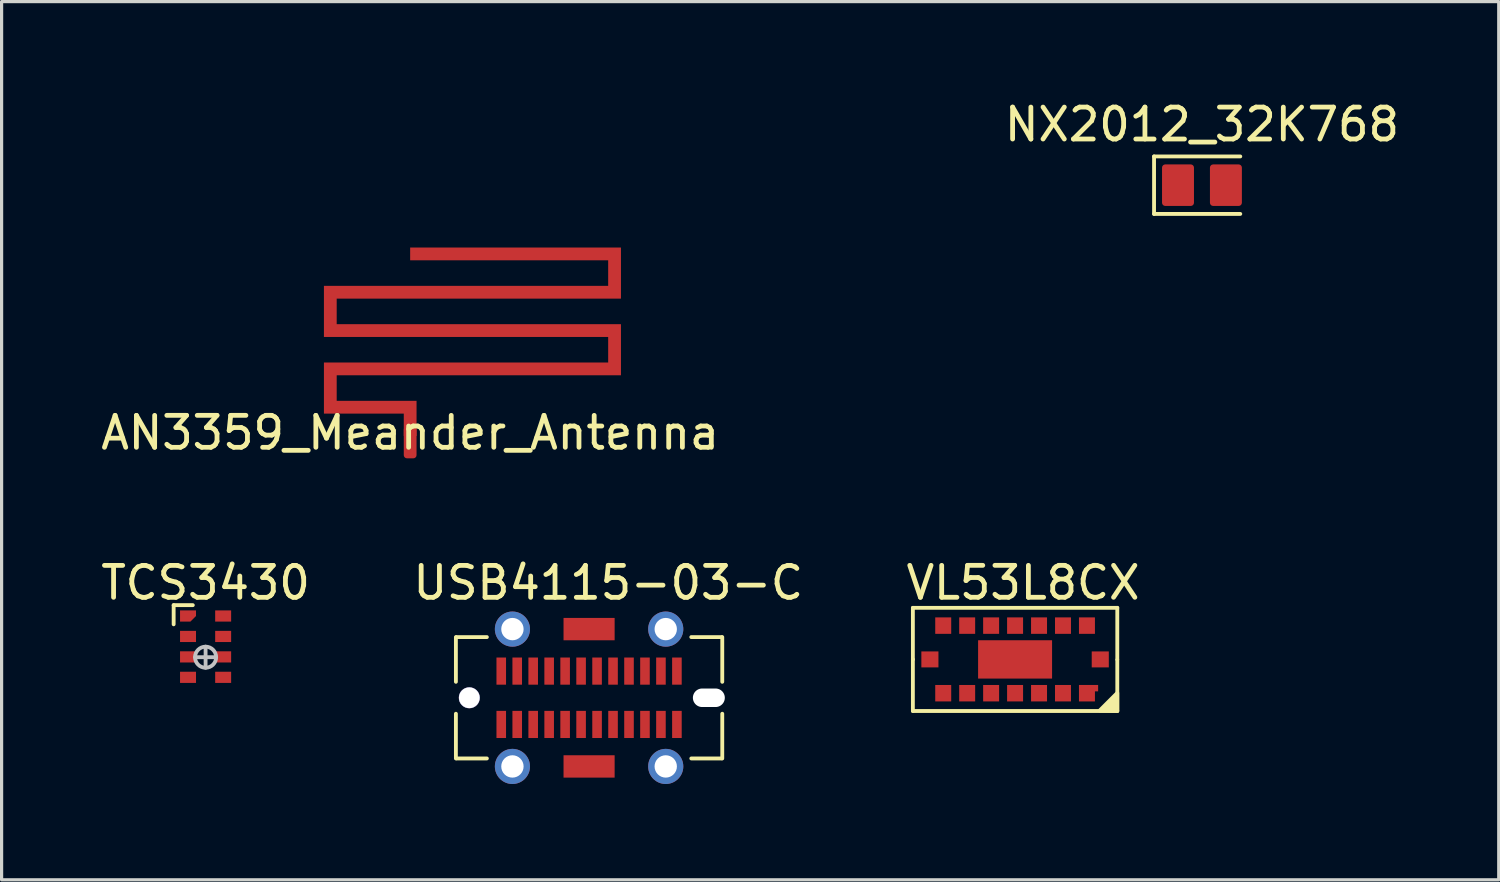
<source format=kicad_pcb>
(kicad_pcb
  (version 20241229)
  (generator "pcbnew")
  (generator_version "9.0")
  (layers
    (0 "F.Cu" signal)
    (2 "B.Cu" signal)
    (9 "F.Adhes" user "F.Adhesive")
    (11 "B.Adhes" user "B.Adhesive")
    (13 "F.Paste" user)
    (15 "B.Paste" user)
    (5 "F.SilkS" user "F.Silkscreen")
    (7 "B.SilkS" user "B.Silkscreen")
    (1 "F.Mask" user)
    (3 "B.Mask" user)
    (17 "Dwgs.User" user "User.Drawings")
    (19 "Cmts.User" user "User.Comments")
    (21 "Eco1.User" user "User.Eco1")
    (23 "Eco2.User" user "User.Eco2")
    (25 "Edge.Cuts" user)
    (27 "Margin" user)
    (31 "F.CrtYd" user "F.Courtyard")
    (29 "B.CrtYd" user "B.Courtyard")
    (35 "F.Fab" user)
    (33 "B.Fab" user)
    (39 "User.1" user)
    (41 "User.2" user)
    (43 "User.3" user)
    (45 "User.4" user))
  (footprint "AN3359_Meander_Antenna"
    (layer "F.Cu")
    (at 9.792 11)
    (property "Reference" "AN3359_Meander_Antenna" (at 0 -0.5 0) (unlocked yes) (layer "F.SilkS") (effects (font (size 1 1) (thickness 0.15))))
    (attr smd)
    (fp_poly (pts (xy -0.2 -0.4) (xy -0.2 -1.1) (xy -2.7 -1.1) (xy -2.7 -2.7) (xy 6.2 -2.7) (xy 6.2 -3.5) (xy -2.7 -3.5) (xy -2.7 -5.1) (xy 6.2 -5.1) (xy 6.2 -5.9) (xy 0 -5.9) (xy 0 -6.3) (xy 6.6 -6.3) (xy 6.6 -4.7) (xy -2.3 -4.7) (xy -2.3 -3.9) (xy 6.6 -3.9) (xy 6.6 -2.3) (xy -2.3 -2.3) (xy -2.3 -1.5) (xy 0.2 -1.5) (xy 0.2 -0.4)) (stroke (width 0) (type solid)) (fill yes) (layer "F.Cu"))
    (pad "1" smd roundrect (at 0 -0.2) (size 0.4 1) (layers "F.Cu" "F.Mask" "F.Paste") (roundrect_rratio 0.25))
    (zone (net_name "") (layers "F.Cu" "B.Cu" "F.SilkS") (name "Antena_Keepout") (hatch edge 0.5) (connect_pads) (min_thickness 0.25) (filled_areas_thickness no) (keepout (tracks not_allowed) (vias not_allowed) (pads not_allowed) (copperpour not_allowed) (footprints not_allowed)) (placement (enabled no)) (fill) (polygon (pts (xy 25.292 11) (xy 25.292 0) (xy 6.192 0) (xy 6.192 11)))))
  (footprint "USB4115-03-C"
    (layer "F.Cu")
    (at 15.394 18.797)
    (property "Reference" "USB4115-03-C" (at 0.6 -3.6 0) (unlocked yes) (layer "F.SilkS") (effects (font (size 1 1) (thickness 0.15))))
    (attr smd)
    (fp_line (start -4.17 -1.9) (end -4.17 -0.5) (stroke (width 0.12) (type default)) (layer "F.SilkS"))
    (fp_line (start -4.17 1.9) (end -4.17 0.5) (stroke (width 0.12) (type default)) (layer "F.SilkS"))
    (fp_line (start -3.2 -1.9) (end -4.15 -1.9) (stroke (width 0.12) (type default)) (layer "F.SilkS"))
    (fp_line (start -3.2 1.9) (end -4.15 1.9) (stroke (width 0.12) (type default)) (layer "F.SilkS"))
    (fp_line (start 3.2 -1.9) (end 4.15 -1.9) (stroke (width 0.12) (type default)) (layer "F.SilkS"))
    (fp_line (start 3.2 1.9) (end 4.15 1.9) (stroke (width 0.12) (type default)) (layer "F.SilkS"))
    (fp_line (start 4.17 -1.9) (end 4.17 -0.5) (stroke (width 0.12) (type default)) (layer "F.SilkS"))
    (fp_line (start 4.17 1.9) (end 4.17 0.5) (stroke (width 0.12) (type default)) (layer "F.SilkS"))
    (pad "" np_thru_hole circle (at -3.75 0) (size 0.66 0.66) (drill 0.65) (layers "*.Cu" "*.Mask"))
    (pad "" np_thru_hole oval (at 3.75 0) (size 1 0.58) (drill oval 1 0.58) (layers "*.Cu" "*.Mask"))
    (pad "A1" smd rect (at -2.75 -0.835) (size 0.3 0.85) (layers "F.Cu" "F.Mask" "F.Paste"))
    (pad "A2" smd rect (at -2.25 -0.835) (size 0.3 0.85) (layers "F.Cu" "F.Mask" "F.Paste"))
    (pad "A3" smd rect (at -1.75 -0.835) (size 0.3 0.85) (layers "F.Cu" "F.Mask" "F.Paste"))
    (pad "A4" smd rect (at -1.25 -0.835) (size 0.3 0.85) (layers "F.Cu" "F.Mask" "F.Paste"))
    (pad "A5" smd rect (at -0.75 -0.835) (size 0.3 0.85) (layers "F.Cu" "F.Mask" "F.Paste"))
    (pad "A6" smd rect (at -0.25 -0.835) (size 0.3 0.85) (layers "F.Cu" "F.Mask" "F.Paste"))
    (pad "A7" smd rect (at 0.25 -0.835) (size 0.3 0.85) (layers "F.Cu" "F.Mask" "F.Paste"))
    (pad "A8" smd rect (at 0.75 -0.835) (size 0.3 0.85) (layers "F.Cu" "F.Mask" "F.Paste"))
    (pad "A9" smd rect (at 1.25 -0.835) (size 0.3 0.85) (layers "F.Cu" "F.Mask" "F.Paste"))
    (pad "A10" smd rect (at 1.75 -0.835) (size 0.3 0.85) (layers "F.Cu" "F.Mask" "F.Paste"))
    (pad "A11" smd rect (at 2.25 -0.835) (size 0.3 0.85) (layers "F.Cu" "F.Mask" "F.Paste"))
    (pad "A12" smd rect (at 2.75 -0.835) (size 0.3 0.85) (layers "F.Cu" "F.Mask" "F.Paste"))
    (pad "B1" smd rect (at 2.75 0.835) (size 0.3 0.85) (layers "F.Cu" "F.Mask" "F.Paste"))
    (pad "B2" smd rect (at 2.25 0.835) (size 0.3 0.85) (layers "F.Cu" "F.Mask" "F.Paste"))
    (pad "B3" smd rect (at 1.75 0.835) (size 0.3 0.85) (layers "F.Cu" "F.Mask" "F.Paste"))
    (pad "B4" smd rect (at 1.25 0.835) (size 0.3 0.85) (layers "F.Cu" "F.Mask" "F.Paste"))
    (pad "B5" smd rect (at 0.75 0.835) (size 0.3 0.85) (layers "F.Cu" "F.Mask" "F.Paste"))
    (pad "B6" smd rect (at 0.25 0.835) (size 0.3 0.85) (layers "F.Cu" "F.Mask" "F.Paste"))
    (pad "B7" smd rect (at -0.25 0.835) (size 0.3 0.85) (layers "F.Cu" "F.Mask" "F.Paste"))
    (pad "B8" smd rect (at -0.75 0.835) (size 0.3 0.85) (layers "F.Cu" "F.Mask" "F.Paste"))
    (pad "B9" smd rect (at -1.25 0.835) (size 0.3 0.85) (layers "F.Cu" "F.Mask" "F.Paste"))
    (pad "B10" smd rect (at -1.75 0.835) (size 0.3 0.85) (layers "F.Cu" "F.Mask" "F.Paste"))
    (pad "B11" smd rect (at -2.25 0.835) (size 0.3 0.85) (layers "F.Cu" "F.Mask" "F.Paste"))
    (pad "B12" smd rect (at -2.75 0.835) (size 0.3 0.85) (layers "F.Cu" "F.Mask" "F.Paste"))
    (pad "S1" thru_hole circle (at -2.4 -2.15) (size 1.1 1.1) (drill 0.7) (layers "*.Cu" "*.Mask"))
    (pad "S1" thru_hole circle (at -2.4 2.15) (size 1.1 1.1) (drill 0.7) (layers "*.Cu" "*.Mask"))
    (pad "S1" smd rect (at 0 -2.15) (size 1.6 0.7) (layers "F.Cu" "F.Mask" "F.Paste"))
    (pad "S1" smd rect (at 0 2.15) (size 1.6 0.7) (layers "F.Cu" "F.Mask" "F.Paste"))
    (pad "S1" thru_hole circle (at 2.4 -2.15) (size 1.1 1.1) (drill 0.7) (layers "*.Cu" "*.Mask"))
    (pad "S1" thru_hole circle (at 2.4 2.15) (size 1.1 1.1) (drill 0.7) (layers "*.Cu" "*.Mask")))
  (footprint "VL53L8CX"
    (layer "F.Cu")
    (at 28.732 17.596)
    (property "Reference" "VL53L8CX" (at 0.25 -2.4 0) (unlocked yes) (layer "F.SilkS") (effects (font (size 1 1) (thickness 0.15))))
    (attr smd)
    (fp_line (start -3.2 -1.615) (end 3.2 -1.615) (stroke (width 0.12) (type default)) (layer "F.SilkS"))
    (fp_line (start -3.2 0) (end -3.2 -1.615) (stroke (width 0.12) (type default)) (layer "F.SilkS"))
    (fp_line (start -3.2 1.615) (end -3.2 0) (stroke (width 0.12) (type default)) (layer "F.SilkS"))
    (fp_line (start 3.2 0) (end 3.2 -1.615) (stroke (width 0.12) (type default)) (layer "F.SilkS"))
    (fp_line (start 3.2 1.615) (end -3.2 1.615) (stroke (width 0.12) (type default)) (layer "F.SilkS"))
    (fp_line (start 3.2 1.615) (end 3.2 0.015) (stroke (width 0.12) (type default)) (layer "F.SilkS"))
    (fp_poly (pts (xy 2.65 1.6) (xy 3.2 1.05) (xy 3.2 1.615)) (stroke (width 0.12) (type solid)) (fill yes) (layer "F.SilkS"))
    (pad "A1" smd custom (at 2.3 1.058) (size 0.2 0.515) (layers "F.Cu" "F.Mask" "F.Paste") (options (anchor rect)) (primitives (gr_poly (pts (xy -0.3 -0.258) (xy -0.3 0.258) (xy 0.2 0.258) (xy 0.2 -0.058) (xy 0.3 -0.058) (xy 0.3 -0.258)) (width 0) (fill yes))))
    (pad "A2" smd rect (at 1.5 1.058) (size 0.5 0.515) (layers "F.Cu" "F.Mask" "F.Paste"))
    (pad "A3" smd rect (at 0.75 1.058) (size 0.5 0.515) (layers "F.Cu" "F.Mask" "F.Paste"))
    (pad "A4" smd rect (at 0 1.058) (size 0.5 0.515) (layers "F.Cu" "F.Mask" "F.Paste"))
    (pad "A5" smd rect (at -0.75 1.058) (size 0.5 0.515) (layers "F.Cu" "F.Mask" "F.Paste"))
    (pad "A6" smd rect (at -1.5 1.058) (size 0.5 0.515) (layers "F.Cu" "F.Mask" "F.Paste"))
    (pad "A7" smd rect (at -2.25 1.058) (size 0.5 0.515) (layers "F.Cu" "F.Mask" "F.Paste"))
    (pad "B1" smd rect (at 2.667 0) (size 0.535 0.5) (layers "F.Cu" "F.Mask" "F.Paste"))
    (pad "B4" smd rect (at 0 0) (size 2.316 1.2) (layers "F.Cu" "F.Mask" "F.Paste"))
    (pad "B7" smd rect (at -2.667 0) (size 0.535 0.5) (layers "F.Cu" "F.Mask" "F.Paste"))
    (pad "C1" smd rect (at 2.25 -1.058) (size 0.5 0.515) (layers "F.Cu" "F.Mask" "F.Paste"))
    (pad "C2" smd rect (at 1.5 -1.058) (size 0.5 0.515) (layers "F.Cu" "F.Mask" "F.Paste"))
    (pad "C3" smd rect (at 0.75 -1.058) (size 0.5 0.515) (layers "F.Cu" "F.Mask" "F.Paste"))
    (pad "C4" smd rect (at 0 -1.058) (size 0.5 0.515) (layers "F.Cu" "F.Mask" "F.Paste"))
    (pad "C5" smd rect (at -0.75 -1.058) (size 0.5 0.515) (layers "F.Cu" "F.Mask" "F.Paste"))
    (pad "C6" smd rect (at -1.5 -1.058) (size 0.5 0.515) (layers "F.Cu" "F.Mask" "F.Paste"))
    (pad "C7" smd rect (at -2.25 -1.058) (size 0.5 0.515) (layers "F.Cu" "F.Mask" "F.Paste")))
  (footprint "NX2012_32K768"
    (layer "F.Cu")
    (at 34.583 2.748)
    (property "Reference" "NX2012_32K768" (at 0 -1.9 0) (unlocked yes) (layer "F.SilkS") (effects (font (size 1 1) (thickness 0.15))))
    (attr smd)
    (fp_line (start -1.5 -0.9) (end -1.5 0.9) (stroke (width 0.12) (type default)) (layer "F.SilkS"))
    (fp_line (start -1.5 0.9) (end 1.2 0.9) (stroke (width 0.12) (type default)) (layer "F.SilkS"))
    (fp_line (start 1.2 -0.9) (end -1.5 -0.9) (stroke (width 0.12) (type default)) (layer "F.SilkS"))
    (pad "1" smd roundrect (at -0.75 0) (size 1 1.3) (layers "F.Cu" "F.Mask" "F.Paste") (roundrect_rratio 0.1))
    (pad "2" smd roundrect (at 0.75 0) (size 1 1.3) (layers "F.Cu" "F.Mask" "F.Paste") (roundrect_rratio 0.1)))
  (footprint "TCS3430"
    (layer "F.Cu")
    (at 3.387 17.197)
    (property "Reference" "TCS3430" (at 0 -2 0) (unlocked yes) (layer "F.SilkS") (effects (font (size 1 1) (thickness 0.15))))
    (attr smd)
    (fp_line (start -1 -1.3) (end -1 -0.7) (stroke (width 0.12) (type default)) (layer "F.SilkS"))
    (fp_line (start -0.4 -1.3) (end -1 -1.3) (stroke (width 0.12) (type default)) (layer "F.SilkS"))
    (fp_line (start -0.33 0.33) (end 0.33 0.33) (stroke (width 0.12) (type default)) (layer "Dwgs.User"))
    (fp_line (start 0 0) (end 0 0.66) (stroke (width 0.12) (type default)) (layer "Dwgs.User"))
    (fp_circle (center 0 0.33) (end 0.33 0.33) (stroke (width 0.12) (type default)) (fill no) (layer "Dwgs.User"))
    (pad "1" smd roundrect (at -0.55 -0.96) (size 0.5 0.35) (layers "F.Cu" "F.Mask" "F.Paste") (roundrect_rratio 0) (chamfer_ratio 0.5) (chamfer bottom_right))
    (pad "2" smd rect (at -0.55 -0.32) (size 0.5 0.35) (layers "F.Cu" "F.Mask" "F.Paste"))
    (pad "3" smd rect (at -0.55 0.32) (size 0.5 0.35) (layers "F.Cu" "F.Mask" "F.Paste"))
    (pad "4" smd rect (at -0.55 0.96) (size 0.5 0.35) (layers "F.Cu" "F.Mask" "F.Paste"))
    (pad "5" smd rect (at 0.55 0.96) (size 0.5 0.35) (layers "F.Cu" "F.Mask" "F.Paste"))
    (pad "6" smd rect (at 0.55 0.32) (size 0.5 0.35) (layers "F.Cu" "F.Mask" "F.Paste"))
    (pad "7" smd rect (at 0.55 -0.32) (size 0.5 0.35) (layers "F.Cu" "F.Mask" "F.Paste"))
    (pad "8" smd rect (at 0.55 -0.96) (size 0.5 0.35) (layers "F.Cu" "F.Mask" "F.Paste")))
  (gr_rect
    (start -3 -3)
    (end 43.875 24.497)
    (stroke (width 0.1) (type default))
    (fill no)
    (layer "Edge.Cuts")))
</source>
